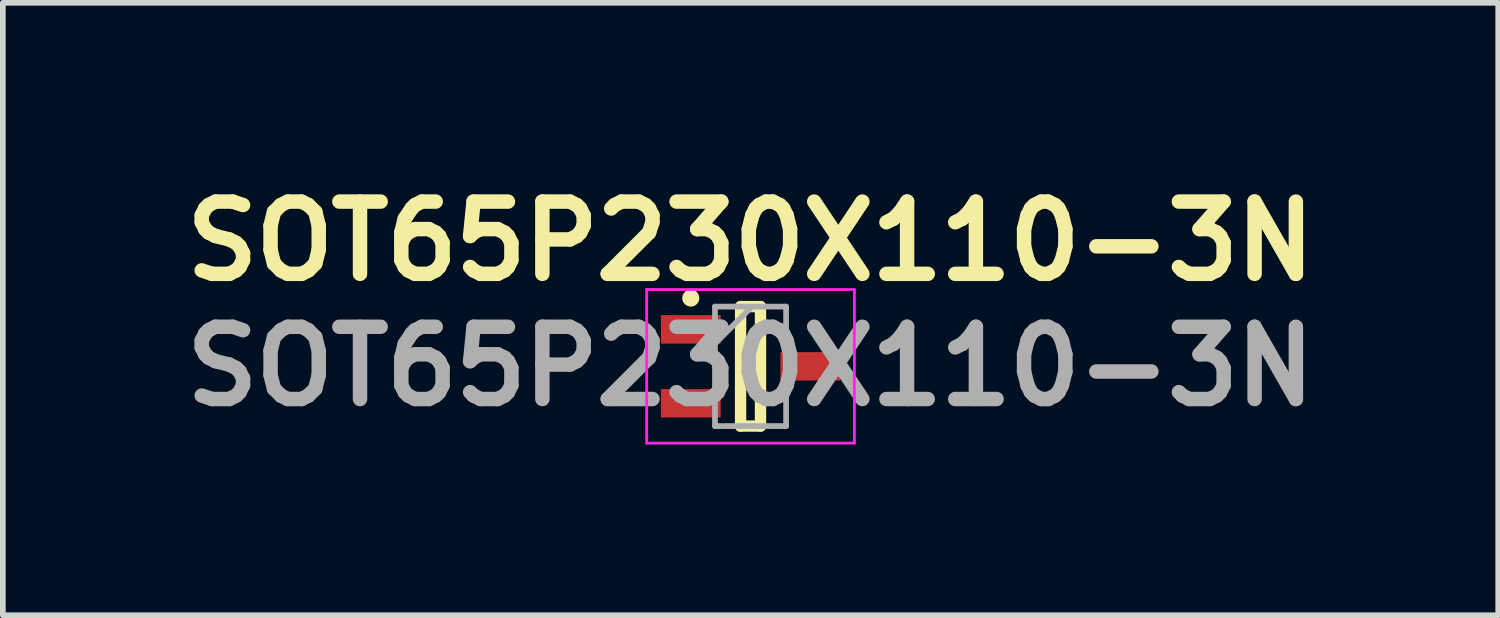
<source format=kicad_pcb>
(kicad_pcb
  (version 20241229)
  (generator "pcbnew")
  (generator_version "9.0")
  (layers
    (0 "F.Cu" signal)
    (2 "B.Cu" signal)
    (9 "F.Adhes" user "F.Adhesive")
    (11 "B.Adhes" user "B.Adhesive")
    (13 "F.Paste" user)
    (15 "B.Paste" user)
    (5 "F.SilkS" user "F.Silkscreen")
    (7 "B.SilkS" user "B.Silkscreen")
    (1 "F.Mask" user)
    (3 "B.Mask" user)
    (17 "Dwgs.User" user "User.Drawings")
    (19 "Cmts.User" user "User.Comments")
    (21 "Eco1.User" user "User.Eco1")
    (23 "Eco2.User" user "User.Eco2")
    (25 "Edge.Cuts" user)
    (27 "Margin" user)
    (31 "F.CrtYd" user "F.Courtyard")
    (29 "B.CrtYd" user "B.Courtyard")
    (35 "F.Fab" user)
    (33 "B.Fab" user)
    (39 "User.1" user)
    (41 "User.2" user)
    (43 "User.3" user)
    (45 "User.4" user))
  (footprint "SOT65P230X110-3N"
    (layer "F.Cu")
    (at 10.142 3.389)
    (property "Reference" "SOT65P230X110-3N" (at 0 -2.2 0) (layer "F.SilkS") (effects (font (size 1.27 1.27) (thickness 0.254))))
    (attr smd)
    (fp_line (start -0.175 -1.05) (end 0.175 -1.05) (stroke (width 0.2) (type solid)) (layer "F.SilkS"))
    (fp_line (start -0.175 1.05) (end -0.175 -1.05) (stroke (width 0.2) (type solid)) (layer "F.SilkS"))
    (fp_line (start 0.175 -1.05) (end 0.175 1.05) (stroke (width 0.2) (type solid)) (layer "F.SilkS"))
    (fp_line (start 0.175 1.05) (end -0.175 1.05) (stroke (width 0.2) (type solid)) (layer "F.SilkS"))
    (fp_circle (center -1.05 -1.2) (end -0.95 -1.2) (stroke (width 0.1) (type solid)) (fill yes) (layer "F.SilkS"))
    (fp_line (start -1.825 -1.35) (end 1.825 -1.35) (stroke (width 0.05) (type solid)) (layer "F.CrtYd"))
    (fp_line (start -1.825 1.35) (end -1.825 -1.35) (stroke (width 0.05) (type solid)) (layer "F.CrtYd"))
    (fp_line (start 1.825 -1.35) (end 1.825 1.35) (stroke (width 0.05) (type solid)) (layer "F.CrtYd"))
    (fp_line (start 1.825 1.35) (end -1.825 1.35) (stroke (width 0.05) (type solid)) (layer "F.CrtYd"))
    (fp_line (start -0.625 -1.05) (end 0.625 -1.05) (stroke (width 0.1) (type solid)) (layer "F.Fab"))
    (fp_line (start -0.625 -0.4) (end 0.025 -1.05) (stroke (width 0.1) (type solid)) (layer "F.Fab"))
    (fp_line (start -0.625 1.05) (end -0.625 -1.05) (stroke (width 0.1) (type solid)) (layer "F.Fab"))
    (fp_line (start 0.625 -1.05) (end 0.625 1.05) (stroke (width 0.1) (type solid)) (layer "F.Fab"))
    (fp_line (start 0.625 1.05) (end -0.625 1.05) (stroke (width 0.1) (type solid)) (layer "F.Fab"))
    (fp_text user "${REFERENCE}" (at 0 0 0) (layer "F.Fab") (effects (font (size 1.27 1.27) (thickness 0.254))))
    (pad "1" smd rect (at -1.05 -0.65 90) (size 0.5 1.05) (layers "F.Cu" "F.Mask" "F.Paste"))
    (pad "2" smd rect (at -1.05 0.65 90) (size 0.5 1.05) (layers "F.Cu" "F.Mask" "F.Paste"))
    (pad "3" smd rect (at 1.05 0 90) (size 0.5 1.05) (layers "F.Cu" "F.Mask" "F.Paste")))
  (gr_rect
    (start -3 -3)
    (end 23.284 7.764)
    (stroke (width 0.1) (type default))
    (fill no)
    (layer "Edge.Cuts")))
</source>
